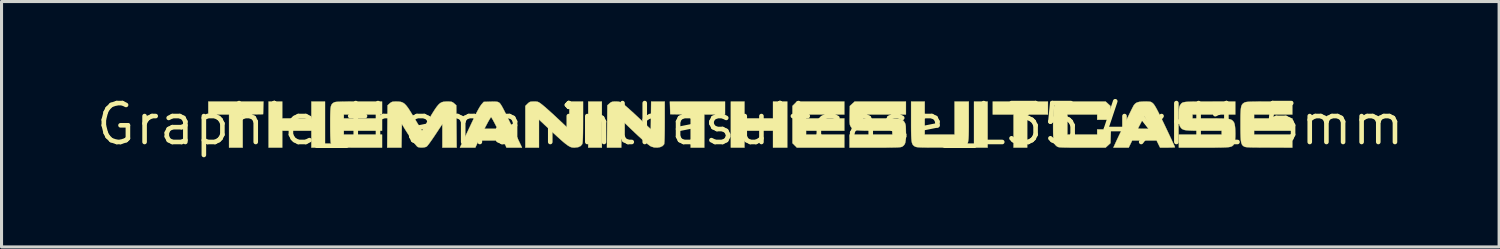
<source format=kicad_pcb>
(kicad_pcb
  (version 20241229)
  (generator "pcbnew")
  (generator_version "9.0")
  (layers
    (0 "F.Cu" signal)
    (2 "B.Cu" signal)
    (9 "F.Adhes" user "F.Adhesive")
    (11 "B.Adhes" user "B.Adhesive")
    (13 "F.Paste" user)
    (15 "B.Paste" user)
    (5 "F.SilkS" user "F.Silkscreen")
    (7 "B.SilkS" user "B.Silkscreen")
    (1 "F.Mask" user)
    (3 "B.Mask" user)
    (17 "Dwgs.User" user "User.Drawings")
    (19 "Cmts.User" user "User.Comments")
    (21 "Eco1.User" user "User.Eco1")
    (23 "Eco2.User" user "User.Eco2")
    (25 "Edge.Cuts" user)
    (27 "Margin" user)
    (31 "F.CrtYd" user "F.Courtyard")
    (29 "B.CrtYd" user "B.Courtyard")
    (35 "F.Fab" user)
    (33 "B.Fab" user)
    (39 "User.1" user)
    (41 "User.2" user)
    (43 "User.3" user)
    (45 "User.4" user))
  (footprint "Graphic_themaninthesuitcase_L35.4xH1.5mm"
    (layer "F.Cu")
    (at 21.446 1.006)
    (property "Reference" "Graphic_themaninthesuitcase_L35.4xH1.5mm" (at 0 0 0) (layer "F.SilkS") (effects (font (size 1.27 1.27) (thickness 0.15))))
    (attr through_hole board_only exclude_from_pos_files exclude_from_bom)
    (fp_poly (pts (xy -4.847 0.762) (xy -5.292 0.762) (xy -5.292 -0.741) (xy -4.847 -0.741) (xy -4.847 0.762)) (stroke (width 0.01) (type solid)) (fill yes) (layer "F.SilkS"))
    (fp_poly (pts (xy 7.747 0.762) (xy 7.303 0.762) (xy 7.303 -0.741) (xy 7.747 -0.741) (xy 7.747 0.762)) (stroke (width 0.01) (type solid)) (fill yes) (layer "F.SilkS"))
    (fp_poly (pts (xy 9.716 -0.318) (xy 9.038 -0.318) (xy 9.038 0.762) (xy 8.594 0.762) (xy 8.594 -0.318) (xy 7.916 -0.318) (xy 7.916 -0.741) (xy 9.716 -0.741) (xy 9.716 -0.318)) (stroke (width 0.01) (type solid)) (fill yes) (layer "F.SilkS"))
    (fp_poly (pts (xy -15.901 -0.534) (xy -15.907 -0.328) (xy -16.573 -0.316) (xy -16.573 0.762) (xy -17.018 0.762) (xy -17.018 -0.318) (xy -17.695 -0.318) (xy -17.695 -0.741) (xy -15.895 -0.741) (xy -15.901 -0.534)) (stroke (width 0.01) (type solid)) (fill yes) (layer "F.SilkS"))
    (fp_poly (pts (xy -0.826 -0.318) (xy -1.503 -0.318) (xy -1.503 0.762) (xy -1.947 0.762) (xy -1.947 -0.316) (xy -2.614 -0.328) (xy -2.62 -0.534) (xy -2.626 -0.741) (xy -0.826 -0.741) (xy -0.826 -0.318)) (stroke (width 0.01) (type solid)) (fill yes) (layer "F.SilkS"))
    (fp_poly (pts (xy -15.282 -0.191) (xy -14.33 -0.191) (xy -14.33 -0.741) (xy -13.885 -0.741) (xy -13.885 0.762) (xy -14.33 0.762) (xy -14.33 0.212) (xy -15.282 0.212) (xy -15.282 0.762) (xy -15.727 0.762) (xy -15.727 -0.741) (xy -15.282 -0.741) (xy -15.282 -0.191)) (stroke (width 0.01) (type solid)) (fill yes) (layer "F.SilkS"))
    (fp_poly (pts (xy -0.191 -0.191) (xy 0.741 -0.191) (xy 0.741 -0.741) (xy 1.206 -0.741) (xy 1.206 0.762) (xy 0.741 0.762) (xy 0.741 0.212) (xy -0.191 0.212) (xy -0.191 0.762) (xy -0.635 0.762) (xy -0.635 -0.741) (xy -0.191 -0.741) (xy -0.191 -0.191)) (stroke (width 0.01) (type solid)) (fill yes) (layer "F.SilkS"))
    (fp_poly (pts (xy 3.069 -0.318) (xy 1.82 -0.318) (xy 1.82 -0.191) (xy 3.069 -0.191) (xy 3.069 0.212) (xy 1.82 0.212) (xy 1.82 0.339) (xy 3.069 0.339) (xy 3.069 0.762) (xy 1.52 0.762) (xy 1.448 0.69) (xy 1.376 0.618) (xy 1.376 -0.597) (xy 1.52 -0.741) (xy 3.069 -0.741) (xy 3.069 -0.318)) (stroke (width 0.01) (type solid)) (fill yes) (layer "F.SilkS"))
    (fp_poly (pts (xy -2.794 -0.062) (xy -2.795 0.141) (xy -2.797 0.314) (xy -2.8 0.455) (xy -2.804 0.561) (xy -2.81 0.63) (xy -2.816 0.657) (xy -2.867 0.711) (xy -2.945 0.747) (xy -3.04 0.762) (xy -3.139 0.757) (xy -3.232 0.729) (xy -3.273 0.707) (xy -3.345 0.653) (xy -3.436 0.579) (xy -3.547 0.481) (xy -3.682 0.358) (xy -3.843 0.206) (xy -3.915 0.138) (xy -4.202 -0.138) (xy -4.207 0.312) (xy -4.213 0.762) (xy -4.68 0.762) (xy -4.674 0.072) (xy -4.667 -0.617) (xy -4.598 -0.679) (xy -4.554 -0.714) (xy -4.51 -0.733) (xy -4.451 -0.74) (xy -4.394 -0.741) (xy -4.321 -0.739) (xy -4.267 -0.729) (xy -4.217 -0.706) (xy -4.155 -0.663) (xy -4.135 -0.648) (xy -4.084 -0.607) (xy -4.009 -0.543) (xy -3.915 -0.459) (xy -3.809 -0.363) (xy -3.697 -0.259) (xy -3.63 -0.196) (xy -3.249 0.163) (xy -3.243 -0.289) (xy -3.238 -0.741) (xy -2.794 -0.741) (xy -2.794 -0.062)) (stroke (width 0.01) (type solid)) (fill yes) (layer "F.SilkS"))
    (fp_poly (pts (xy 5.694 0.339) (xy 6.668 0.339) (xy 6.668 -0.741) (xy 7.133 -0.741) (xy 7.133 -0.105) (xy 7.133 0.091) (xy 7.131 0.249) (xy 7.128 0.375) (xy 7.123 0.472) (xy 7.114 0.546) (xy 7.102 0.601) (xy 7.085 0.642) (xy 7.063 0.674) (xy 7.035 0.701) (xy 7.016 0.716) (xy 7 0.728) (xy 6.982 0.738) (xy 6.958 0.745) (xy 6.923 0.751) (xy 6.873 0.756) (xy 6.804 0.758) (xy 6.711 0.76) (xy 6.589 0.761) (xy 6.436 0.762) (xy 6.245 0.761) (xy 6.194 0.761) (xy 5.991 0.761) (xy 5.826 0.76) (xy 5.695 0.759) (xy 5.594 0.757) (xy 5.517 0.754) (xy 5.461 0.749) (xy 5.422 0.743) (xy 5.394 0.736) (xy 5.374 0.727) (xy 5.371 0.725) (xy 5.339 0.703) (xy 5.313 0.679) (xy 5.292 0.647) (xy 5.277 0.604) (xy 5.265 0.545) (xy 5.258 0.465) (xy 5.253 0.36) (xy 5.25 0.225) (xy 5.249 0.056) (xy 5.249 -0.093) (xy 5.249 -0.741) (xy 5.694 -0.741) (xy 5.694 0.339)) (stroke (width 0.01) (type solid)) (fill yes) (layer "F.SilkS"))
    (fp_poly (pts (xy 17.695 -0.318) (xy 16.447 -0.318) (xy 16.447 -0.191) (xy 17.695 -0.191) (xy 17.695 0.212) (xy 16.447 0.212) (xy 16.447 0.339) (xy 17.695 0.339) (xy 17.695 0.762) (xy 16.939 0.761) (xy 16.731 0.761) (xy 16.562 0.759) (xy 16.427 0.758) (xy 16.322 0.755) (xy 16.244 0.751) (xy 16.188 0.746) (xy 16.151 0.739) (xy 16.128 0.731) (xy 16.126 0.73) (xy 16.091 0.708) (xy 16.063 0.681) (xy 16.042 0.644) (xy 16.026 0.593) (xy 16.015 0.522) (xy 16.008 0.426) (xy 16.004 0.302) (xy 16.002 0.143) (xy 16.002 0.011) (xy 16.002 -0.172) (xy 16.004 -0.318) (xy 16.009 -0.431) (xy 16.017 -0.517) (xy 16.028 -0.58) (xy 16.045 -0.626) (xy 16.068 -0.66) (xy 16.097 -0.685) (xy 16.127 -0.705) (xy 16.147 -0.714) (xy 16.174 -0.722) (xy 16.212 -0.728) (xy 16.265 -0.733) (xy 16.339 -0.736) (xy 16.437 -0.739) (xy 16.563 -0.74) (xy 16.723 -0.741) (xy 16.92 -0.741) (xy 16.942 -0.741) (xy 17.695 -0.741) (xy 17.695 -0.318)) (stroke (width 0.01) (type solid)) (fill yes) (layer "F.SilkS"))
    (fp_poly (pts (xy -12.023 -0.318) (xy -13.271 -0.318) (xy -13.271 -0.191) (xy -12.023 -0.191) (xy -12.023 0.212) (xy -13.271 0.212) (xy -13.271 0.339) (xy -12.023 0.339) (xy -12.023 0.762) (xy -12.79 0.762) (xy -12.99 0.762) (xy -13.153 0.761) (xy -13.281 0.761) (xy -13.381 0.759) (xy -13.455 0.756) (xy -13.509 0.753) (xy -13.547 0.747) (xy -13.573 0.74) (xy -13.592 0.731) (xy -13.607 0.719) (xy -13.613 0.714) (xy -13.66 0.667) (xy -13.693 0.621) (xy -13.693 0.621) (xy -13.701 0.582) (xy -13.707 0.503) (xy -13.712 0.384) (xy -13.715 0.227) (xy -13.716 0.034) (xy -13.716 0.011) (xy -13.716 -0.172) (xy -13.714 -0.317) (xy -13.71 -0.43) (xy -13.704 -0.515) (xy -13.694 -0.578) (xy -13.679 -0.624) (xy -13.66 -0.657) (xy -13.634 -0.683) (xy -13.601 -0.706) (xy -13.583 -0.715) (xy -13.557 -0.723) (xy -13.519 -0.729) (xy -13.465 -0.733) (xy -13.389 -0.736) (xy -13.289 -0.739) (xy -13.159 -0.74) (xy -12.996 -0.741) (xy -12.795 -0.741) (xy -12.023 -0.741) (xy -12.023 -0.318)) (stroke (width 0.01) (type solid)) (fill yes) (layer "F.SilkS"))
    (fp_poly (pts (xy -8.3 -0.737) (xy -8.249 -0.729) (xy -8.213 -0.714) (xy -8.206 -0.71) (xy -8.187 -0.695) (xy -8.166 -0.672) (xy -8.142 -0.638) (xy -8.112 -0.59) (xy -8.076 -0.524) (xy -8.031 -0.437) (xy -7.975 -0.326) (xy -7.907 -0.186) (xy -7.824 -0.014) (xy -7.729 0.185) (xy -7.454 0.762) (xy -7.961 0.762) (xy -8.012 0.646) (xy -8.064 0.529) (xy -8.871 0.529) (xy -8.924 0.646) (xy -8.978 0.762) (xy -9.481 0.762) (xy -9.306 0.397) (xy -9.238 0.255) (xy -9.188 0.148) (xy -8.681 0.148) (xy -8.253 0.148) (xy -8.351 -0.042) (xy -8.394 -0.122) (xy -8.43 -0.185) (xy -8.455 -0.224) (xy -8.464 -0.233) (xy -8.479 -0.215) (xy -8.509 -0.168) (xy -8.549 -0.099) (xy -8.58 -0.042) (xy -8.681 0.148) (xy -9.188 0.148) (xy -9.165 0.101) (xy -9.093 -0.053) (xy -9.028 -0.19) (xy -8.995 -0.261) (xy -8.941 -0.371) (xy -8.885 -0.476) (xy -8.834 -0.564) (xy -8.793 -0.627) (xy -8.781 -0.642) (xy -8.704 -0.73) (xy -8.482 -0.737) (xy -8.374 -0.739) (xy -8.3 -0.737)) (stroke (width 0.01) (type solid)) (fill yes) (layer "F.SilkS"))
    (fp_poly (pts (xy -5.461 -0.075) (xy -5.462 0.137) (xy -5.464 0.309) (xy -5.467 0.443) (xy -5.472 0.542) (xy -5.478 0.609) (xy -5.486 0.645) (xy -5.486 0.646) (xy -5.538 0.71) (xy -5.623 0.749) (xy -5.741 0.762) (xy -5.742 0.762) (xy -5.784 0.761) (xy -5.825 0.755) (xy -5.867 0.743) (xy -5.912 0.721) (xy -5.965 0.688) (xy -6.029 0.641) (xy -6.106 0.578) (xy -6.2 0.496) (xy -6.314 0.393) (xy -6.451 0.267) (xy -6.614 0.115) (xy -6.689 0.045) (xy -6.9 -0.153) (xy -6.9 0.762) (xy -7.345 0.762) (xy -7.345 -0.597) (xy -7.273 -0.669) (xy -7.23 -0.708) (xy -7.192 -0.73) (xy -7.142 -0.739) (xy -7.066 -0.741) (xy -7.063 -0.741) (xy -6.997 -0.74) (xy -6.948 -0.734) (xy -6.906 -0.717) (xy -6.856 -0.685) (xy -6.789 -0.633) (xy -6.769 -0.617) (xy -6.707 -0.565) (xy -6.621 -0.489) (xy -6.519 -0.398) (xy -6.408 -0.297) (xy -6.296 -0.192) (xy -6.265 -0.164) (xy -5.916 0.166) (xy -5.91 -0.287) (xy -5.905 -0.741) (xy -5.461 -0.741) (xy -5.461 -0.075)) (stroke (width 0.01) (type solid)) (fill yes) (layer "F.SilkS"))
    (fp_poly (pts (xy 11.679 -0.668) (xy 11.758 -0.596) (xy 11.765 -0.372) (xy 11.773 -0.148) (xy 11.324 -0.148) (xy 11.324 -0.318) (xy 10.351 -0.318) (xy 10.351 0.339) (xy 11.324 0.339) (xy 11.324 0.169) (xy 11.773 0.169) (xy 11.765 0.393) (xy 11.758 0.617) (xy 11.679 0.69) (xy 11.6 0.762) (xy 10.83 0.762) (xy 10.629 0.762) (xy 10.466 0.762) (xy 10.337 0.761) (xy 10.237 0.759) (xy 10.162 0.756) (xy 10.107 0.753) (xy 10.068 0.747) (xy 10.042 0.74) (xy 10.022 0.731) (xy 10.006 0.72) (xy 10.002 0.716) (xy 9.968 0.687) (xy 9.941 0.654) (xy 9.921 0.614) (xy 9.906 0.56) (xy 9.896 0.488) (xy 9.89 0.392) (xy 9.886 0.267) (xy 9.885 0.107) (xy 9.885 0.011) (xy 9.885 -0.169) (xy 9.888 -0.311) (xy 9.892 -0.421) (xy 9.9 -0.505) (xy 9.912 -0.567) (xy 9.93 -0.614) (xy 9.953 -0.65) (xy 9.983 -0.68) (xy 10.002 -0.695) (xy 10.018 -0.707) (xy 10.036 -0.717) (xy 10.06 -0.724) (xy 10.095 -0.73) (xy 10.145 -0.734) (xy 10.214 -0.737) (xy 10.307 -0.739) (xy 10.428 -0.74) (xy 10.581 -0.741) (xy 10.771 -0.741) (xy 10.83 -0.741) (xy 11.6 -0.741) (xy 11.679 -0.668)) (stroke (width 0.01) (type solid)) (fill yes) (layer "F.SilkS"))
    (fp_poly (pts (xy 5.08 -0.318) (xy 3.683 -0.318) (xy 3.683 -0.191) (xy 4.266 -0.191) (xy 4.456 -0.19) (xy 4.609 -0.188) (xy 4.729 -0.184) (xy 4.822 -0.177) (xy 4.891 -0.166) (xy 4.942 -0.151) (xy 4.979 -0.13) (xy 5.007 -0.103) (xy 5.032 -0.068) (xy 5.037 -0.059) (xy 5.055 -0.025) (xy 5.067 0.014) (xy 5.075 0.068) (xy 5.078 0.143) (xy 5.08 0.25) (xy 5.08 0.292) (xy 5.078 0.429) (xy 5.071 0.531) (xy 5.058 0.606) (xy 5.035 0.659) (xy 5.002 0.699) (xy 4.965 0.727) (xy 4.948 0.736) (xy 4.923 0.743) (xy 4.886 0.749) (xy 4.834 0.754) (xy 4.762 0.757) (xy 4.666 0.759) (xy 4.541 0.761) (xy 4.385 0.762) (xy 4.193 0.762) (xy 4.075 0.762) (xy 3.239 0.762) (xy 3.239 0.339) (xy 4.636 0.339) (xy 4.636 0.212) (xy 4.051 0.212) (xy 3.861 0.211) (xy 3.709 0.209) (xy 3.589 0.205) (xy 3.496 0.198) (xy 3.427 0.187) (xy 3.376 0.171) (xy 3.338 0.149) (xy 3.309 0.121) (xy 3.284 0.085) (xy 3.278 0.076) (xy 3.261 0.045) (xy 3.25 0.01) (xy 3.244 -0.039) (xy 3.241 -0.108) (xy 3.242 -0.207) (xy 3.243 -0.293) (xy 3.249 -0.596) (xy 3.328 -0.668) (xy 3.407 -0.741) (xy 5.08 -0.741) (xy 5.08 -0.318)) (stroke (width 0.01) (type solid)) (fill yes) (layer "F.SilkS"))
    (fp_poly (pts (xy -11.473 -0.738) (xy -11.404 -0.728) (xy -11.344 -0.706) (xy -11.288 -0.668) (xy -11.231 -0.609) (xy -11.169 -0.527) (xy -11.097 -0.415) (xy -11.009 -0.27) (xy -11.006 -0.265) (xy -10.941 -0.157) (xy -10.88 -0.054) (xy -10.827 0.033) (xy -10.787 0.098) (xy -10.774 0.12) (xy -10.718 0.208) (xy -10.48 -0.189) (xy -10.386 -0.346) (xy -10.308 -0.47) (xy -10.242 -0.565) (xy -10.185 -0.635) (xy -10.132 -0.684) (xy -10.08 -0.715) (xy -10.023 -0.732) (xy -9.958 -0.739) (xy -9.887 -0.741) (xy -9.805 -0.739) (xy -9.751 -0.731) (xy -9.71 -0.713) (xy -9.669 -0.68) (xy -9.668 -0.679) (xy -9.599 -0.617) (xy -9.587 0.762) (xy -10.054 0.762) (xy -10.054 -0.007) (xy -10.286 0.344) (xy -10.36 0.454) (xy -10.429 0.553) (xy -10.489 0.636) (xy -10.536 0.696) (xy -10.564 0.727) (xy -10.566 0.728) (xy -10.622 0.75) (xy -10.7 0.761) (xy -10.782 0.759) (xy -10.848 0.746) (xy -10.859 0.741) (xy -10.892 0.711) (xy -10.942 0.652) (xy -11.006 0.567) (xy -11.079 0.464) (xy -11.156 0.348) (xy -11.235 0.225) (xy -11.262 0.182) (xy -11.377 -0.007) (xy -11.383 0.378) (xy -11.389 0.762) (xy -11.855 0.762) (xy -11.843 -0.617) (xy -11.774 -0.679) (xy -11.732 -0.712) (xy -11.692 -0.731) (xy -11.638 -0.739) (xy -11.557 -0.741) (xy -11.556 -0.741) (xy -11.473 -0.738)) (stroke (width 0.01) (type solid)) (fill yes) (layer "F.SilkS"))
    (fp_poly (pts (xy 12.97 -0.74) (xy 13.034 -0.737) (xy 13.077 -0.728) (xy 13.109 -0.711) (xy 13.142 -0.684) (xy 13.155 -0.672) (xy 13.181 -0.641) (xy 13.215 -0.589) (xy 13.258 -0.514) (xy 13.312 -0.412) (xy 13.378 -0.28) (xy 13.458 -0.116) (xy 13.546 0.067) (xy 13.62 0.224) (xy 13.688 0.368) (xy 13.748 0.495) (xy 13.797 0.602) (xy 13.835 0.683) (xy 13.858 0.733) (xy 13.864 0.75) (xy 13.844 0.755) (xy 13.791 0.759) (xy 13.711 0.761) (xy 13.621 0.762) (xy 13.377 0.762) (xy 13.32 0.646) (xy 13.263 0.529) (xy 12.467 0.529) (xy 12.41 0.646) (xy 12.353 0.762) (xy 11.854 0.762) (xy 11.904 0.651) (xy 11.94 0.572) (xy 11.988 0.469) (xy 12.045 0.349) (xy 12.108 0.217) (xy 12.145 0.14) (xy 12.658 0.14) (xy 12.677 0.144) (xy 12.73 0.146) (xy 12.808 0.148) (xy 12.871 0.148) (xy 13.085 0.148) (xy 13.011 0.016) (xy 12.968 -0.063) (xy 12.928 -0.138) (xy 12.902 -0.188) (xy 12.865 -0.26) (xy 12.761 -0.064) (xy 12.719 0.018) (xy 12.684 0.084) (xy 12.663 0.128) (xy 12.658 0.14) (xy 12.145 0.14) (xy 12.175 0.077) (xy 12.243 -0.063) (xy 12.309 -0.199) (xy 12.371 -0.325) (xy 12.425 -0.436) (xy 12.47 -0.525) (xy 12.502 -0.587) (xy 12.518 -0.617) (xy 12.518 -0.618) (xy 12.565 -0.672) (xy 12.619 -0.708) (xy 12.692 -0.729) (xy 12.792 -0.739) (xy 12.875 -0.741) (xy 12.97 -0.74)) (stroke (width 0.01) (type solid)) (fill yes) (layer "F.SilkS"))
    (fp_poly (pts (xy 15.833 -0.318) (xy 14.436 -0.318) (xy 14.436 -0.191) (xy 15.02 -0.191) (xy 15.21 -0.19) (xy 15.363 -0.188) (xy 15.483 -0.184) (xy 15.575 -0.177) (xy 15.644 -0.166) (xy 15.695 -0.15) (xy 15.733 -0.128) (xy 15.762 -0.1) (xy 15.787 -0.064) (xy 15.793 -0.055) (xy 15.812 -0.000283) (xy 15.825 0.085) (xy 15.833 0.191) (xy 15.836 0.306) (xy 15.834 0.419) (xy 15.825 0.521) (xy 15.812 0.599) (xy 15.798 0.634) (xy 15.779 0.665) (xy 15.76 0.691) (xy 15.736 0.711) (xy 15.704 0.727) (xy 15.66 0.74) (xy 15.599 0.749) (xy 15.517 0.755) (xy 15.41 0.759) (xy 15.275 0.761) (xy 15.107 0.762) (xy 14.903 0.762) (xy 14.819 0.762) (xy 13.991 0.762) (xy 13.991 0.339) (xy 15.388 0.339) (xy 15.388 0.212) (xy 14.805 0.212) (xy 14.615 0.211) (xy 14.462 0.209) (xy 14.342 0.205) (xy 14.249 0.198) (xy 14.18 0.188) (xy 14.13 0.172) (xy 14.092 0.151) (xy 14.064 0.124) (xy 14.04 0.09) (xy 14.034 0.081) (xy 14.016 0.047) (xy 14.004 0.008) (xy 13.997 -0.045) (xy 13.993 -0.12) (xy 13.991 -0.225) (xy 13.991 -0.275) (xy 13.992 -0.396) (xy 13.995 -0.482) (xy 14.002 -0.542) (xy 14.012 -0.584) (xy 14.027 -0.615) (xy 14.03 -0.619) (xy 14.049 -0.649) (xy 14.068 -0.673) (xy 14.089 -0.692) (xy 14.117 -0.708) (xy 14.157 -0.719) (xy 14.212 -0.728) (xy 14.286 -0.733) (xy 14.384 -0.737) (xy 14.509 -0.739) (xy 14.667 -0.74) (xy 14.86 -0.74) (xy 14.991 -0.74) (xy 15.833 -0.741) (xy 15.833 -0.318)) (stroke (width 0.01) (type solid)) (fill yes) (layer "F.SilkS")))
  (gr_rect
    (start -3 -3)
    (end 45.892 5.012)
    (stroke (width 0.1) (type default))
    (fill no)
    (layer "Edge.Cuts")))
</source>
